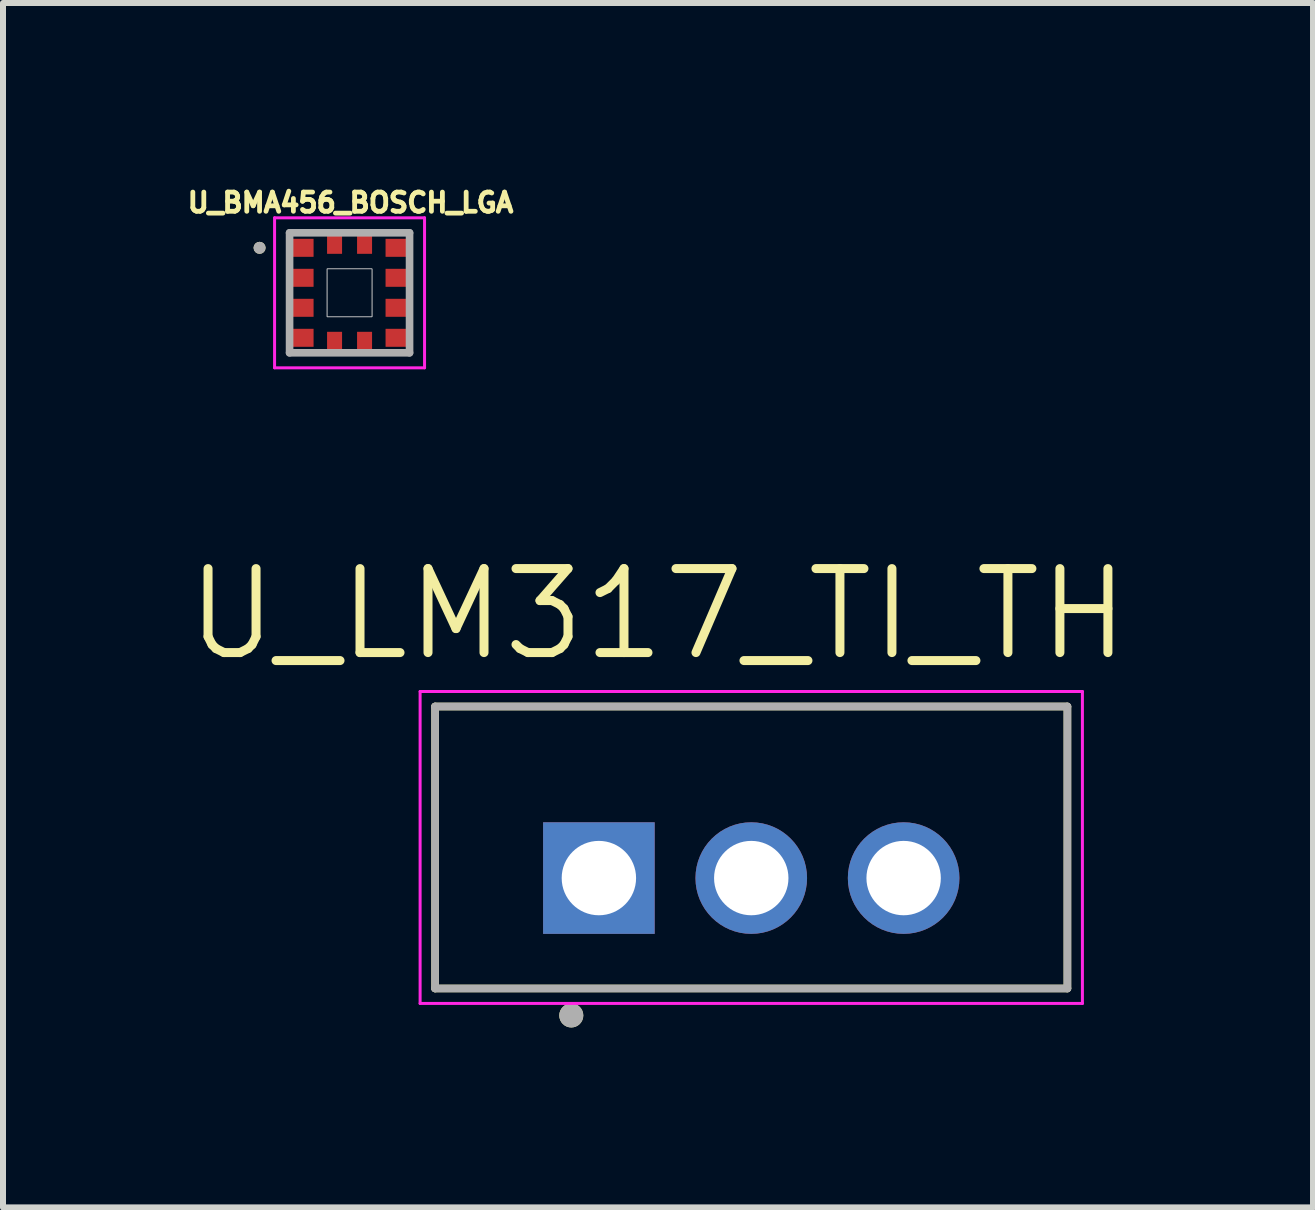
<source format=kicad_pcb>
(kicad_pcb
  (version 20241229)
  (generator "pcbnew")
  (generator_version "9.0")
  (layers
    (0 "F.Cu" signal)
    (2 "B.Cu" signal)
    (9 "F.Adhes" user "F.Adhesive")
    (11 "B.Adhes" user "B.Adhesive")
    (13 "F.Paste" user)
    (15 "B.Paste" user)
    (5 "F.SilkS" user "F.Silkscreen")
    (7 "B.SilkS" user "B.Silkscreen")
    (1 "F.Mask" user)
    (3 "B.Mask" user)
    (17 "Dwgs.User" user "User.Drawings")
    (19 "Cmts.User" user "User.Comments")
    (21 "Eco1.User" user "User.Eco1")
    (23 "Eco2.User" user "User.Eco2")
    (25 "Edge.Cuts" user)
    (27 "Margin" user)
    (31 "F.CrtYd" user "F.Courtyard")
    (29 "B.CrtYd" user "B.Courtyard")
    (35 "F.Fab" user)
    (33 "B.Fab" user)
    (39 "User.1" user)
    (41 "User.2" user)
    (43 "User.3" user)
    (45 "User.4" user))
  (footprint "U_LM317_TI_TH"
    (layer "F.Cu")
    (at 9.473 11.077)
    (property "Reference" "U_LM317_TI_TH" (at -1.555 -3.889 0) (layer "F.SilkS") (effects (font (size 1.4 1.4) (thickness 0.15))))
    (attr through_hole)
    (fp_line (start -5.27 -2.35) (end 5.27 -2.35) (stroke (width 0.127) (type solid)) (layer "F.SilkS"))
    (fp_line (start -5.27 2.35) (end -5.27 -2.35) (stroke (width 0.127) (type solid)) (layer "F.SilkS"))
    (fp_line (start 5.27 -2.35) (end 5.27 2.35) (stroke (width 0.127) (type solid)) (layer "F.SilkS"))
    (fp_line (start 5.27 2.35) (end -5.27 2.35) (stroke (width 0.127) (type solid)) (layer "F.SilkS"))
    (fp_circle (center -3 2.8) (end -2.9 2.8) (stroke (width 0.2) (type solid)) (fill no) (layer "F.SilkS"))
    (fp_line (start -5.52 -2.6) (end 5.52 -2.6) (stroke (width 0.05) (type solid)) (layer "F.CrtYd"))
    (fp_line (start -5.52 2.6) (end -5.52 -2.6) (stroke (width 0.05) (type solid)) (layer "F.CrtYd"))
    (fp_line (start 5.52 -2.6) (end 5.52 2.6) (stroke (width 0.05) (type solid)) (layer "F.CrtYd"))
    (fp_line (start 5.52 2.6) (end -5.52 2.6) (stroke (width 0.05) (type solid)) (layer "F.CrtYd"))
    (fp_line (start -5.27 -2.35) (end 5.27 -2.35) (stroke (width 0.127) (type solid)) (layer "F.Fab"))
    (fp_line (start -5.27 2.35) (end -5.27 -2.35) (stroke (width 0.127) (type solid)) (layer "F.Fab"))
    (fp_line (start 5.27 -2.35) (end 5.27 2.35) (stroke (width 0.127) (type solid)) (layer "F.Fab"))
    (fp_line (start 5.27 2.35) (end -5.27 2.35) (stroke (width 0.127) (type solid)) (layer "F.Fab"))
    (fp_circle (center -3 2.8) (end -2.9 2.8) (stroke (width 0.2) (type solid)) (fill no) (layer "F.Fab"))
    (pad "1" thru_hole rect (at -2.54 0.51) (size 1.86 1.86) (drill 1.24) (layers "*.Cu" "*.Mask"))
    (pad "2" thru_hole circle (at 0 0.51) (size 1.86 1.86) (drill 1.24) (layers "*.Cu" "*.Mask"))
    (pad "3" thru_hole circle (at 2.54 0.51) (size 1.86 1.86) (drill 1.24) (layers "*.Cu" "*.Mask")))
  (footprint "U_BMA456_BOSCH_LGA"
    (layer "F.Cu")
    (at 2.777 1.831)
    (property "Reference" "U_BMA456_BOSCH_LGA" (at 0.016 -1.503 0) (layer "F.SilkS") (effects (font (size 0.32 0.32) (thickness 0.15))))
    (attr through_hole)
    (fp_poly (pts (xy -1 -0.95) (xy -0.55 -0.95) (xy -0.55 -0.55) (xy -1 -0.55)) (stroke (width 0.01) (type solid)) (fill yes) (layer "F.Mask"))
    (fp_poly (pts (xy -1 -0.45) (xy -0.55 -0.45) (xy -0.55 -0.05) (xy -1 -0.05)) (stroke (width 0.01) (type solid)) (fill yes) (layer "F.Mask"))
    (fp_poly (pts (xy -1 0.05) (xy -0.55 0.05) (xy -0.55 0.45) (xy -1 0.45)) (stroke (width 0.01) (type solid)) (fill yes) (layer "F.Mask"))
    (fp_poly (pts (xy -1 0.55) (xy -0.55 0.55) (xy -0.55 0.95) (xy -1 0.95)) (stroke (width 0.01) (type solid)) (fill yes) (layer "F.Mask"))
    (fp_poly (pts (xy -0.425 -1) (xy -0.075 -1) (xy -0.075 -0.6) (xy -0.425 -0.6)) (stroke (width 0.01) (type solid)) (fill yes) (layer "F.Mask"))
    (fp_poly (pts (xy -0.425 0.6) (xy -0.075 0.6) (xy -0.075 1) (xy -0.425 1)) (stroke (width 0.01) (type solid)) (fill yes) (layer "F.Mask"))
    (fp_poly (pts (xy 0.075 -1) (xy 0.425 -1) (xy 0.425 -0.6) (xy 0.075 -0.6)) (stroke (width 0.01) (type solid)) (fill yes) (layer "F.Mask"))
    (fp_poly (pts (xy 0.075 0.6) (xy 0.425 0.6) (xy 0.425 1) (xy 0.075 1)) (stroke (width 0.01) (type solid)) (fill yes) (layer "F.Mask"))
    (fp_poly (pts (xy 0.55 -0.95) (xy 1 -0.95) (xy 1 -0.55) (xy 0.55 -0.55)) (stroke (width 0.01) (type solid)) (fill yes) (layer "F.Mask"))
    (fp_poly (pts (xy 0.55 -0.45) (xy 1 -0.45) (xy 1 -0.05) (xy 0.55 -0.05)) (stroke (width 0.01) (type solid)) (fill yes) (layer "F.Mask"))
    (fp_poly (pts (xy 0.55 0.05) (xy 1 0.05) (xy 1 0.45) (xy 0.55 0.45)) (stroke (width 0.01) (type solid)) (fill yes) (layer "F.Mask"))
    (fp_poly (pts (xy 0.55 0.55) (xy 1 0.55) (xy 1 0.95) (xy 0.55 0.95)) (stroke (width 0.01) (type solid)) (fill yes) (layer "F.Mask"))
    (fp_circle (center -1.5 -0.75) (end -1.45 -0.75) (stroke (width 0.1) (type solid)) (fill no) (layer "F.SilkS"))
    (fp_poly (pts (xy -0.375 -0.4) (xy 0.375 -0.4) (xy 0.375 0.4) (xy -0.375 0.4)) (stroke (width 0.01) (type solid)) (fill no) (layer "Dwgs.User"))
    (fp_poly (pts (xy -0.375 -0.4) (xy 0.375 -0.4) (xy 0.375 0.4) (xy -0.375 0.4)) (stroke (width 0.01) (type solid)) (fill no) (layer "Dwgs.User"))
    (fp_line (start -1.25 -1.25) (end 1.25 -1.25) (stroke (width 0.05) (type solid)) (layer "F.CrtYd"))
    (fp_line (start -1.25 1.25) (end -1.25 -1.25) (stroke (width 0.05) (type solid)) (layer "F.CrtYd"))
    (fp_line (start 1.25 -1.25) (end 1.25 1.25) (stroke (width 0.05) (type solid)) (layer "F.CrtYd"))
    (fp_line (start 1.25 1.25) (end -1.25 1.25) (stroke (width 0.05) (type solid)) (layer "F.CrtYd"))
    (fp_line (start -1 -1) (end 1 -1) (stroke (width 0.127) (type solid)) (layer "F.Fab"))
    (fp_line (start -1 1) (end -1 -1) (stroke (width 0.127) (type solid)) (layer "F.Fab"))
    (fp_line (start 1 -1) (end 1 1) (stroke (width 0.127) (type solid)) (layer "F.Fab"))
    (fp_line (start 1 1) (end -1 1) (stroke (width 0.127) (type solid)) (layer "F.Fab"))
    (fp_circle (center -1.5 -0.75) (end -1.45 -0.75) (stroke (width 0.1) (type solid)) (fill no) (layer "F.Fab"))
    (pad "1" smd rect (at -0.775 -0.75) (size 0.35 0.3) (layers "F.Cu" "F.Paste"))
    (pad "2" smd rect (at -0.775 -0.25) (size 0.35 0.3) (layers "F.Cu" "F.Paste"))
    (pad "3" smd rect (at -0.775 0.25) (size 0.35 0.3) (layers "F.Cu" "F.Paste"))
    (pad "4" smd rect (at -0.775 0.75) (size 0.35 0.3) (layers "F.Cu" "F.Paste"))
    (pad "5" smd rect (at -0.25 0.8) (size 0.25 0.3) (layers "F.Cu" "F.Paste"))
    (pad "6" smd rect (at 0.25 0.8) (size 0.25 0.3) (layers "F.Cu" "F.Paste"))
    (pad "7" smd rect (at 0.775 0.75) (size 0.35 0.3) (layers "F.Cu" "F.Paste"))
    (pad "8" smd rect (at 0.775 0.25) (size 0.35 0.3) (layers "F.Cu" "F.Paste"))
    (pad "9" smd rect (at 0.775 -0.25) (size 0.35 0.3) (layers "F.Cu" "F.Paste"))
    (pad "10" smd rect (at 0.775 -0.75) (size 0.35 0.3) (layers "F.Cu" "F.Paste"))
    (pad "11" smd rect (at 0.25 -0.8) (size 0.25 0.3) (layers "F.Cu" "F.Paste"))
    (pad "12" smd rect (at -0.25 -0.8) (size 0.25 0.3) (layers "F.Cu" "F.Paste")))
  (gr_rect
    (start -3 -3)
    (end 18.837 17.077)
    (stroke (width 0.1) (type default))
    (fill no)
    (layer "Edge.Cuts")))
</source>
